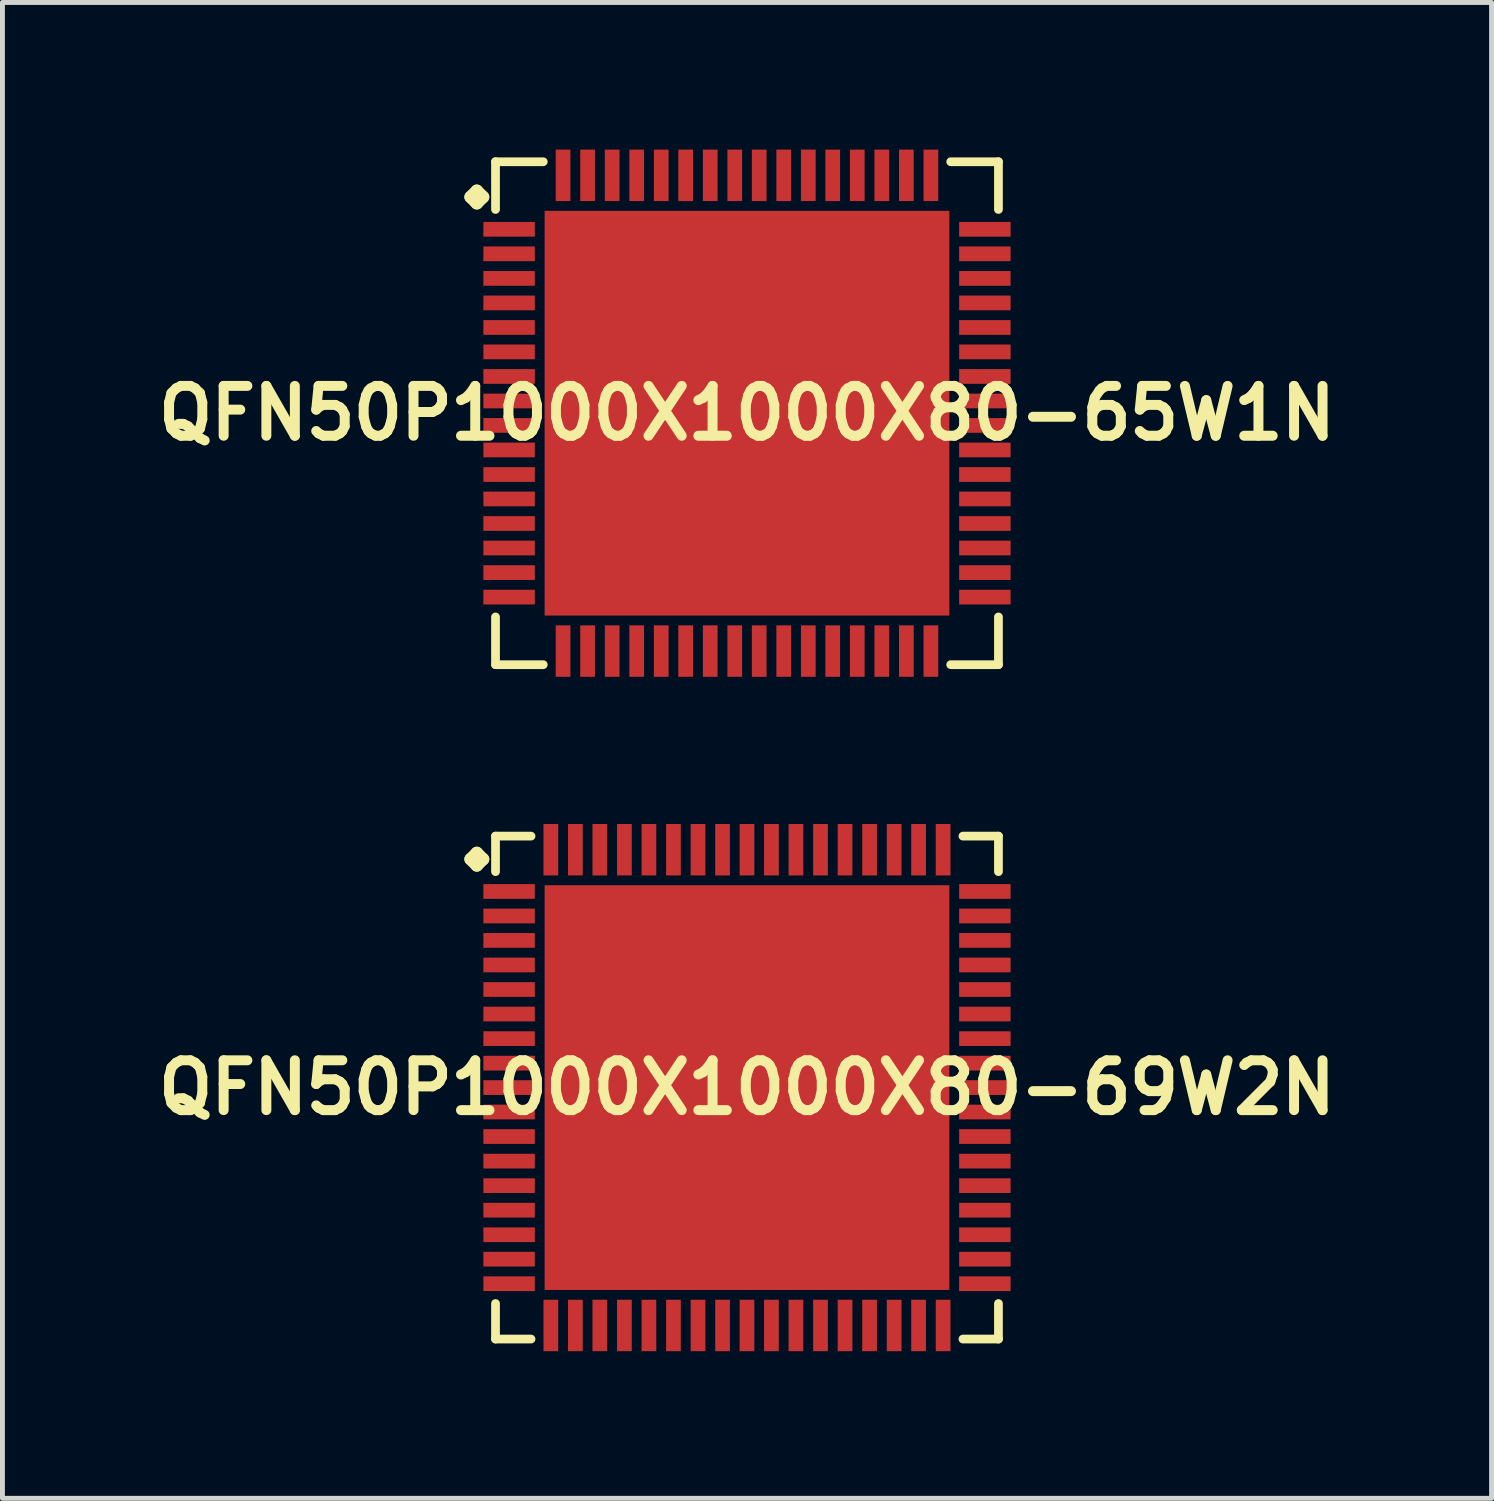
<source format=kicad_pcb>
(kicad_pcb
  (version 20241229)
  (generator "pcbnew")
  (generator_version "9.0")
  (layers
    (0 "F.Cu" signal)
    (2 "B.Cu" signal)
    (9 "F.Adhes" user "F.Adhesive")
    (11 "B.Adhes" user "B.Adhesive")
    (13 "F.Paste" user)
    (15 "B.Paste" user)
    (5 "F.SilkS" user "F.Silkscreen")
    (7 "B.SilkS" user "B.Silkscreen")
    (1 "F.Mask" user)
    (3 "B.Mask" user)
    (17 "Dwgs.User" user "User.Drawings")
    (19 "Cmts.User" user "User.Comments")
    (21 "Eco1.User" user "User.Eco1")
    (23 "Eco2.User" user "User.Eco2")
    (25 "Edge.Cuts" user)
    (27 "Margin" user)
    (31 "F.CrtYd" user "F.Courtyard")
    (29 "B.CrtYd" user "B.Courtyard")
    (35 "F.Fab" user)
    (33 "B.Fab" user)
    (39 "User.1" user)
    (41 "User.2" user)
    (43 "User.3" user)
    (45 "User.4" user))
  (footprint "QFN50P1000X1000X80-69W2N"
    (layer "F.Cu")
    (at 12.177 19.12)
    (property "Reference" "QFN50P1000X1000X80-69W2N" (at 0 0 0) (layer "F.SilkS") (effects (font (size 1.016 1.016) (thickness 0.203))))
    (attr smd)
    (fp_line (start -5.634 -4.656) (end -5.507 -4.783) (stroke (width 0.254) (type solid)) (layer "F.SilkS"))
    (fp_line (start -5.507 -4.783) (end -5.38 -4.656) (stroke (width 0.254) (type solid)) (layer "F.SilkS"))
    (fp_line (start -5.507 -4.529) (end -5.634 -4.656) (stroke (width 0.254) (type solid)) (layer "F.SilkS"))
    (fp_line (start -5.38 -4.656) (end -5.507 -4.529) (stroke (width 0.254) (type solid)) (layer "F.SilkS"))
    (fp_line (start -5.126 -5.126) (end -4.402 -5.126) (stroke (width 0.178) (type solid)) (layer "F.SilkS"))
    (fp_line (start -5.126 -4.402) (end -5.126 -5.126) (stroke (width 0.178) (type solid)) (layer "F.SilkS"))
    (fp_line (start -5.126 4.402) (end -5.126 5.126) (stroke (width 0.178) (type solid)) (layer "F.SilkS"))
    (fp_line (start -5.126 5.126) (end -4.402 5.126) (stroke (width 0.178) (type solid)) (layer "F.SilkS"))
    (fp_line (start 4.402 -5.126) (end 5.126 -5.126) (stroke (width 0.178) (type solid)) (layer "F.SilkS"))
    (fp_line (start 4.402 5.126) (end 5.126 5.126) (stroke (width 0.178) (type solid)) (layer "F.SilkS"))
    (fp_line (start 5.126 -5.126) (end 5.126 -4.402) (stroke (width 0.178) (type solid)) (layer "F.SilkS"))
    (fp_line (start 5.126 5.126) (end 5.126 4.402) (stroke (width 0.178) (type solid)) (layer "F.SilkS"))
    (pad "1" smd rect (at -4.849 -3.998) (size 1.049 0.3) (layers "F.Cu" "F.Mask" "F.Paste"))
    (pad "2" smd rect (at -4.849 -3.498) (size 1.049 0.3) (layers "F.Cu" "F.Mask" "F.Paste"))
    (pad "3" smd rect (at -4.849 -3) (size 1.049 0.3) (layers "F.Cu" "F.Mask" "F.Paste"))
    (pad "4" smd rect (at -4.849 -2.499) (size 1.049 0.3) (layers "F.Cu" "F.Mask" "F.Paste"))
    (pad "5" smd rect (at -4.849 -1.999) (size 1.049 0.3) (layers "F.Cu" "F.Mask" "F.Paste"))
    (pad "6" smd rect (at -4.849 -1.499) (size 1.049 0.3) (layers "F.Cu" "F.Mask" "F.Paste"))
    (pad "7" smd rect (at -4.849 -0.998) (size 1.049 0.3) (layers "F.Cu" "F.Mask" "F.Paste"))
    (pad "8" smd rect (at -4.849 -0.498) (size 1.049 0.3) (layers "F.Cu" "F.Mask" "F.Paste"))
    (pad "9" smd rect (at -4.849 0) (size 1.049 0.3) (layers "F.Cu" "F.Mask" "F.Paste"))
    (pad "10" smd rect (at -4.849 0.498) (size 1.049 0.3) (layers "F.Cu" "F.Mask" "F.Paste"))
    (pad "11" smd rect (at -4.849 0.998) (size 1.049 0.3) (layers "F.Cu" "F.Mask" "F.Paste"))
    (pad "12" smd rect (at -4.849 1.499) (size 1.049 0.3) (layers "F.Cu" "F.Mask" "F.Paste"))
    (pad "13" smd rect (at -4.849 1.999) (size 1.049 0.3) (layers "F.Cu" "F.Mask" "F.Paste"))
    (pad "14" smd rect (at -4.849 2.499) (size 1.049 0.3) (layers "F.Cu" "F.Mask" "F.Paste"))
    (pad "15" smd rect (at -4.849 3) (size 1.049 0.3) (layers "F.Cu" "F.Mask" "F.Paste"))
    (pad "16" smd rect (at -4.849 3.498) (size 1.049 0.3) (layers "F.Cu" "F.Mask" "F.Paste"))
    (pad "17" smd rect (at -4.849 3.998) (size 1.049 0.3) (layers "F.Cu" "F.Mask" "F.Paste"))
    (pad "18" smd rect (at -3.998 4.849) (size 0.3 1.049) (layers "F.Cu" "F.Mask" "F.Paste"))
    (pad "19" smd rect (at -3.498 4.849) (size 0.3 1.049) (layers "F.Cu" "F.Mask" "F.Paste"))
    (pad "20" smd rect (at -3 4.849) (size 0.3 1.049) (layers "F.Cu" "F.Mask" "F.Paste"))
    (pad "21" smd rect (at -2.499 4.849) (size 0.3 1.049) (layers "F.Cu" "F.Mask" "F.Paste"))
    (pad "22" smd rect (at -1.999 4.849) (size 0.3 1.049) (layers "F.Cu" "F.Mask" "F.Paste"))
    (pad "23" smd rect (at -1.499 4.849) (size 0.3 1.049) (layers "F.Cu" "F.Mask" "F.Paste"))
    (pad "24" smd rect (at -0.998 4.849) (size 0.3 1.049) (layers "F.Cu" "F.Mask" "F.Paste"))
    (pad "25" smd rect (at -0.498 4.849) (size 0.3 1.049) (layers "F.Cu" "F.Mask" "F.Paste"))
    (pad "26" smd rect (at 0 4.849) (size 0.3 1.049) (layers "F.Cu" "F.Mask" "F.Paste"))
    (pad "27" smd rect (at 0.498 4.849) (size 0.3 1.049) (layers "F.Cu" "F.Mask" "F.Paste"))
    (pad "28" smd rect (at 0.998 4.849) (size 0.3 1.049) (layers "F.Cu" "F.Mask" "F.Paste"))
    (pad "29" smd rect (at 1.499 4.849) (size 0.3 1.049) (layers "F.Cu" "F.Mask" "F.Paste"))
    (pad "30" smd rect (at 1.999 4.849) (size 0.3 1.049) (layers "F.Cu" "F.Mask" "F.Paste"))
    (pad "31" smd rect (at 2.499 4.849) (size 0.3 1.049) (layers "F.Cu" "F.Mask" "F.Paste"))
    (pad "32" smd rect (at 3 4.849) (size 0.3 1.049) (layers "F.Cu" "F.Mask" "F.Paste"))
    (pad "33" smd rect (at 3.498 4.849) (size 0.3 1.049) (layers "F.Cu" "F.Mask" "F.Paste"))
    (pad "34" smd rect (at 3.998 4.849) (size 0.3 1.049) (layers "F.Cu" "F.Mask" "F.Paste"))
    (pad "35" smd rect (at 4.849 3.998) (size 1.049 0.3) (layers "F.Cu" "F.Mask" "F.Paste"))
    (pad "36" smd rect (at 4.849 3.498) (size 1.049 0.3) (layers "F.Cu" "F.Mask" "F.Paste"))
    (pad "37" smd rect (at 4.849 3) (size 1.049 0.3) (layers "F.Cu" "F.Mask" "F.Paste"))
    (pad "38" smd rect (at 4.849 2.499) (size 1.049 0.3) (layers "F.Cu" "F.Mask" "F.Paste"))
    (pad "39" smd rect (at 4.849 1.999) (size 1.049 0.3) (layers "F.Cu" "F.Mask" "F.Paste"))
    (pad "40" smd rect (at 4.849 1.499) (size 1.049 0.3) (layers "F.Cu" "F.Mask" "F.Paste"))
    (pad "41" smd rect (at 4.849 0.998) (size 1.049 0.3) (layers "F.Cu" "F.Mask" "F.Paste"))
    (pad "42" smd rect (at 4.849 0.498) (size 1.049 0.3) (layers "F.Cu" "F.Mask" "F.Paste"))
    (pad "43" smd rect (at 4.849 0) (size 1.049 0.3) (layers "F.Cu" "F.Mask" "F.Paste"))
    (pad "44" smd rect (at 4.849 -0.498) (size 1.049 0.3) (layers "F.Cu" "F.Mask" "F.Paste"))
    (pad "45" smd rect (at 4.849 -0.998) (size 1.049 0.3) (layers "F.Cu" "F.Mask" "F.Paste"))
    (pad "46" smd rect (at 4.849 -1.499) (size 1.049 0.3) (layers "F.Cu" "F.Mask" "F.Paste"))
    (pad "47" smd rect (at 4.849 -1.999) (size 1.049 0.3) (layers "F.Cu" "F.Mask" "F.Paste"))
    (pad "48" smd rect (at 4.849 -2.499) (size 1.049 0.3) (layers "F.Cu" "F.Mask" "F.Paste"))
    (pad "49" smd rect (at 4.849 -3) (size 1.049 0.3) (layers "F.Cu" "F.Mask" "F.Paste"))
    (pad "50" smd rect (at 4.849 -3.498) (size 1.049 0.3) (layers "F.Cu" "F.Mask" "F.Paste"))
    (pad "51" smd rect (at 4.849 -3.998) (size 1.049 0.3) (layers "F.Cu" "F.Mask" "F.Paste"))
    (pad "52" smd rect (at 3.998 -4.849) (size 0.3 1.049) (layers "F.Cu" "F.Mask" "F.Paste"))
    (pad "53" smd rect (at 3.498 -4.849) (size 0.3 1.049) (layers "F.Cu" "F.Mask" "F.Paste"))
    (pad "54" smd rect (at 3 -4.849) (size 0.3 1.049) (layers "F.Cu" "F.Mask" "F.Paste"))
    (pad "55" smd rect (at 2.499 -4.849) (size 0.3 1.049) (layers "F.Cu" "F.Mask" "F.Paste"))
    (pad "56" smd rect (at 1.999 -4.849) (size 0.3 1.049) (layers "F.Cu" "F.Mask" "F.Paste"))
    (pad "57" smd rect (at 1.499 -4.849) (size 0.3 1.049) (layers "F.Cu" "F.Mask" "F.Paste"))
    (pad "58" smd rect (at 0.998 -4.849) (size 0.3 1.049) (layers "F.Cu" "F.Mask" "F.Paste"))
    (pad "59" smd rect (at 0.498 -4.849) (size 0.3 1.049) (layers "F.Cu" "F.Mask" "F.Paste"))
    (pad "60" smd rect (at 0 -4.849) (size 0.3 1.049) (layers "F.Cu" "F.Mask" "F.Paste"))
    (pad "61" smd rect (at -0.498 -4.849) (size 0.3 1.049) (layers "F.Cu" "F.Mask" "F.Paste"))
    (pad "62" smd rect (at -0.998 -4.849) (size 0.3 1.049) (layers "F.Cu" "F.Mask" "F.Paste"))
    (pad "63" smd rect (at -1.499 -4.849) (size 0.3 1.049) (layers "F.Cu" "F.Mask" "F.Paste"))
    (pad "64" smd rect (at -1.999 -4.849) (size 0.3 1.049) (layers "F.Cu" "F.Mask" "F.Paste"))
    (pad "65" smd rect (at -2.499 -4.849) (size 0.3 1.049) (layers "F.Cu" "F.Mask" "F.Paste"))
    (pad "66" smd rect (at -3 -4.849) (size 0.3 1.049) (layers "F.Cu" "F.Mask" "F.Paste"))
    (pad "67" smd rect (at -3.498 -4.849) (size 0.3 1.049) (layers "F.Cu" "F.Mask" "F.Paste"))
    (pad "68" smd rect (at -3.998 -4.849) (size 0.3 1.049) (layers "F.Cu" "F.Mask" "F.Paste"))
    (pad "69" smd rect (at 0 0) (size 8.25 8.25) (layers "F.Cu" "F.Mask" "F.Paste")))
  (footprint "QFN50P1000X1000X80-65W1N"
    (layer "F.Cu")
    (at 12.177 5.373)
    (property "Reference" "QFN50P1000X1000X80-65W1N" (at 0 0 0) (layer "F.SilkS") (effects (font (size 1.016 1.016) (thickness 0.203))))
    (attr smd)
    (fp_line (start -5.634 -4.407) (end -5.507 -4.534) (stroke (width 0.254) (type solid)) (layer "F.SilkS"))
    (fp_line (start -5.507 -4.534) (end -5.38 -4.407) (stroke (width 0.254) (type solid)) (layer "F.SilkS"))
    (fp_line (start -5.507 -4.28) (end -5.634 -4.407) (stroke (width 0.254) (type solid)) (layer "F.SilkS"))
    (fp_line (start -5.38 -4.407) (end -5.507 -4.28) (stroke (width 0.254) (type solid)) (layer "F.SilkS"))
    (fp_line (start -5.126 -5.126) (end -4.153 -5.126) (stroke (width 0.178) (type solid)) (layer "F.SilkS"))
    (fp_line (start -5.126 -4.153) (end -5.126 -5.126) (stroke (width 0.178) (type solid)) (layer "F.SilkS"))
    (fp_line (start -5.126 4.153) (end -5.126 5.126) (stroke (width 0.178) (type solid)) (layer "F.SilkS"))
    (fp_line (start -5.126 5.126) (end -4.153 5.126) (stroke (width 0.178) (type solid)) (layer "F.SilkS"))
    (fp_line (start 4.153 -5.126) (end 5.126 -5.126) (stroke (width 0.178) (type solid)) (layer "F.SilkS"))
    (fp_line (start 4.153 5.126) (end 5.126 5.126) (stroke (width 0.178) (type solid)) (layer "F.SilkS"))
    (fp_line (start 5.126 -5.126) (end 5.126 -4.153) (stroke (width 0.178) (type solid)) (layer "F.SilkS"))
    (fp_line (start 5.126 5.126) (end 5.126 4.153) (stroke (width 0.178) (type solid)) (layer "F.SilkS"))
    (pad "1" smd rect (at -4.849 -3.749) (size 1.049 0.3) (layers "F.Cu" "F.Mask" "F.Paste"))
    (pad "2" smd rect (at -4.849 -3.249) (size 1.049 0.3) (layers "F.Cu" "F.Mask" "F.Paste"))
    (pad "3" smd rect (at -4.849 -2.748) (size 1.049 0.3) (layers "F.Cu" "F.Mask" "F.Paste"))
    (pad "4" smd rect (at -4.849 -2.248) (size 1.049 0.3) (layers "F.Cu" "F.Mask" "F.Paste"))
    (pad "5" smd rect (at -4.849 -1.748) (size 1.049 0.3) (layers "F.Cu" "F.Mask" "F.Paste"))
    (pad "6" smd rect (at -4.849 -1.25) (size 1.049 0.3) (layers "F.Cu" "F.Mask" "F.Paste"))
    (pad "7" smd rect (at -4.849 -0.749) (size 1.049 0.3) (layers "F.Cu" "F.Mask" "F.Paste"))
    (pad "8" smd rect (at -4.849 -0.249) (size 1.049 0.3) (layers "F.Cu" "F.Mask" "F.Paste"))
    (pad "9" smd rect (at -4.849 0.249) (size 1.049 0.3) (layers "F.Cu" "F.Mask" "F.Paste"))
    (pad "10" smd rect (at -4.849 0.749) (size 1.049 0.3) (layers "F.Cu" "F.Mask" "F.Paste"))
    (pad "11" smd rect (at -4.849 1.25) (size 1.049 0.3) (layers "F.Cu" "F.Mask" "F.Paste"))
    (pad "12" smd rect (at -4.849 1.748) (size 1.049 0.3) (layers "F.Cu" "F.Mask" "F.Paste"))
    (pad "13" smd rect (at -4.849 2.248) (size 1.049 0.3) (layers "F.Cu" "F.Mask" "F.Paste"))
    (pad "14" smd rect (at -4.849 2.748) (size 1.049 0.3) (layers "F.Cu" "F.Mask" "F.Paste"))
    (pad "15" smd rect (at -4.849 3.249) (size 1.049 0.3) (layers "F.Cu" "F.Mask" "F.Paste"))
    (pad "16" smd rect (at -4.849 3.749) (size 1.049 0.3) (layers "F.Cu" "F.Mask" "F.Paste"))
    (pad "17" smd rect (at -3.749 4.849) (size 0.3 1.049) (layers "F.Cu" "F.Mask" "F.Paste"))
    (pad "18" smd rect (at -3.249 4.849) (size 0.3 1.049) (layers "F.Cu" "F.Mask" "F.Paste"))
    (pad "19" smd rect (at -2.748 4.849) (size 0.3 1.049) (layers "F.Cu" "F.Mask" "F.Paste"))
    (pad "20" smd rect (at -2.248 4.849) (size 0.3 1.049) (layers "F.Cu" "F.Mask" "F.Paste"))
    (pad "21" smd rect (at -1.748 4.849) (size 0.3 1.049) (layers "F.Cu" "F.Mask" "F.Paste"))
    (pad "22" smd rect (at -1.25 4.849) (size 0.3 1.049) (layers "F.Cu" "F.Mask" "F.Paste"))
    (pad "23" smd rect (at -0.749 4.849) (size 0.3 1.049) (layers "F.Cu" "F.Mask" "F.Paste"))
    (pad "24" smd rect (at -0.249 4.849) (size 0.3 1.049) (layers "F.Cu" "F.Mask" "F.Paste"))
    (pad "25" smd rect (at 0.249 4.849) (size 0.3 1.049) (layers "F.Cu" "F.Mask" "F.Paste"))
    (pad "26" smd rect (at 0.749 4.849) (size 0.3 1.049) (layers "F.Cu" "F.Mask" "F.Paste"))
    (pad "27" smd rect (at 1.25 4.849) (size 0.3 1.049) (layers "F.Cu" "F.Mask" "F.Paste"))
    (pad "28" smd rect (at 1.748 4.849) (size 0.3 1.049) (layers "F.Cu" "F.Mask" "F.Paste"))
    (pad "29" smd rect (at 2.248 4.849) (size 0.3 1.049) (layers "F.Cu" "F.Mask" "F.Paste"))
    (pad "30" smd rect (at 2.748 4.849) (size 0.3 1.049) (layers "F.Cu" "F.Mask" "F.Paste"))
    (pad "31" smd rect (at 3.249 4.849) (size 0.3 1.049) (layers "F.Cu" "F.Mask" "F.Paste"))
    (pad "32" smd rect (at 3.749 4.849) (size 0.3 1.049) (layers "F.Cu" "F.Mask" "F.Paste"))
    (pad "33" smd rect (at 4.849 3.749) (size 1.049 0.3) (layers "F.Cu" "F.Mask" "F.Paste"))
    (pad "34" smd rect (at 4.849 3.249) (size 1.049 0.3) (layers "F.Cu" "F.Mask" "F.Paste"))
    (pad "35" smd rect (at 4.849 2.748) (size 1.049 0.3) (layers "F.Cu" "F.Mask" "F.Paste"))
    (pad "36" smd rect (at 4.849 2.248) (size 1.049 0.3) (layers "F.Cu" "F.Mask" "F.Paste"))
    (pad "37" smd rect (at 4.849 1.748) (size 1.049 0.3) (layers "F.Cu" "F.Mask" "F.Paste"))
    (pad "38" smd rect (at 4.849 1.25) (size 1.049 0.3) (layers "F.Cu" "F.Mask" "F.Paste"))
    (pad "39" smd rect (at 4.849 0.749) (size 1.049 0.3) (layers "F.Cu" "F.Mask" "F.Paste"))
    (pad "40" smd rect (at 4.849 0.249) (size 1.049 0.3) (layers "F.Cu" "F.Mask" "F.Paste"))
    (pad "41" smd rect (at 4.849 -0.249) (size 1.049 0.3) (layers "F.Cu" "F.Mask" "F.Paste"))
    (pad "42" smd rect (at 4.849 -0.749) (size 1.049 0.3) (layers "F.Cu" "F.Mask" "F.Paste"))
    (pad "43" smd rect (at 4.849 -1.25) (size 1.049 0.3) (layers "F.Cu" "F.Mask" "F.Paste"))
    (pad "44" smd rect (at 4.849 -1.748) (size 1.049 0.3) (layers "F.Cu" "F.Mask" "F.Paste"))
    (pad "45" smd rect (at 4.849 -2.248) (size 1.049 0.3) (layers "F.Cu" "F.Mask" "F.Paste"))
    (pad "46" smd rect (at 4.849 -2.748) (size 1.049 0.3) (layers "F.Cu" "F.Mask" "F.Paste"))
    (pad "47" smd rect (at 4.849 -3.249) (size 1.049 0.3) (layers "F.Cu" "F.Mask" "F.Paste"))
    (pad "48" smd rect (at 4.849 -3.749) (size 1.049 0.3) (layers "F.Cu" "F.Mask" "F.Paste"))
    (pad "49" smd rect (at 3.749 -4.849) (size 0.3 1.049) (layers "F.Cu" "F.Mask" "F.Paste"))
    (pad "50" smd rect (at 3.249 -4.849) (size 0.3 1.049) (layers "F.Cu" "F.Mask" "F.Paste"))
    (pad "51" smd rect (at 2.748 -4.849) (size 0.3 1.049) (layers "F.Cu" "F.Mask" "F.Paste"))
    (pad "52" smd rect (at 2.248 -4.849) (size 0.3 1.049) (layers "F.Cu" "F.Mask" "F.Paste"))
    (pad "53" smd rect (at 1.748 -4.849) (size 0.3 1.049) (layers "F.Cu" "F.Mask" "F.Paste"))
    (pad "54" smd rect (at 1.25 -4.849) (size 0.3 1.049) (layers "F.Cu" "F.Mask" "F.Paste"))
    (pad "55" smd rect (at 0.749 -4.849) (size 0.3 1.049) (layers "F.Cu" "F.Mask" "F.Paste"))
    (pad "56" smd rect (at 0.249 -4.849) (size 0.3 1.049) (layers "F.Cu" "F.Mask" "F.Paste"))
    (pad "57" smd rect (at -0.249 -4.849) (size 0.3 1.049) (layers "F.Cu" "F.Mask" "F.Paste"))
    (pad "58" smd rect (at -0.749 -4.849) (size 0.3 1.049) (layers "F.Cu" "F.Mask" "F.Paste"))
    (pad "59" smd rect (at -1.25 -4.849) (size 0.3 1.049) (layers "F.Cu" "F.Mask" "F.Paste"))
    (pad "60" smd rect (at -1.748 -4.849) (size 0.3 1.049) (layers "F.Cu" "F.Mask" "F.Paste"))
    (pad "61" smd rect (at -2.248 -4.849) (size 0.3 1.049) (layers "F.Cu" "F.Mask" "F.Paste"))
    (pad "62" smd rect (at -2.748 -4.849) (size 0.3 1.049) (layers "F.Cu" "F.Mask" "F.Paste"))
    (pad "63" smd rect (at -3.249 -4.849) (size 0.3 1.049) (layers "F.Cu" "F.Mask" "F.Paste"))
    (pad "64" smd rect (at -3.749 -4.849) (size 0.3 1.049) (layers "F.Cu" "F.Mask" "F.Paste"))
    (pad "65" smd rect (at 0 0) (size 8.25 8.25) (layers "F.Cu" "F.Mask" "F.Paste")))
  (gr_rect
    (start -3 -3)
    (end 27.355 27.493)
    (stroke (width 0.1) (type default))
    (fill no)
    (layer "Edge.Cuts")))
</source>
